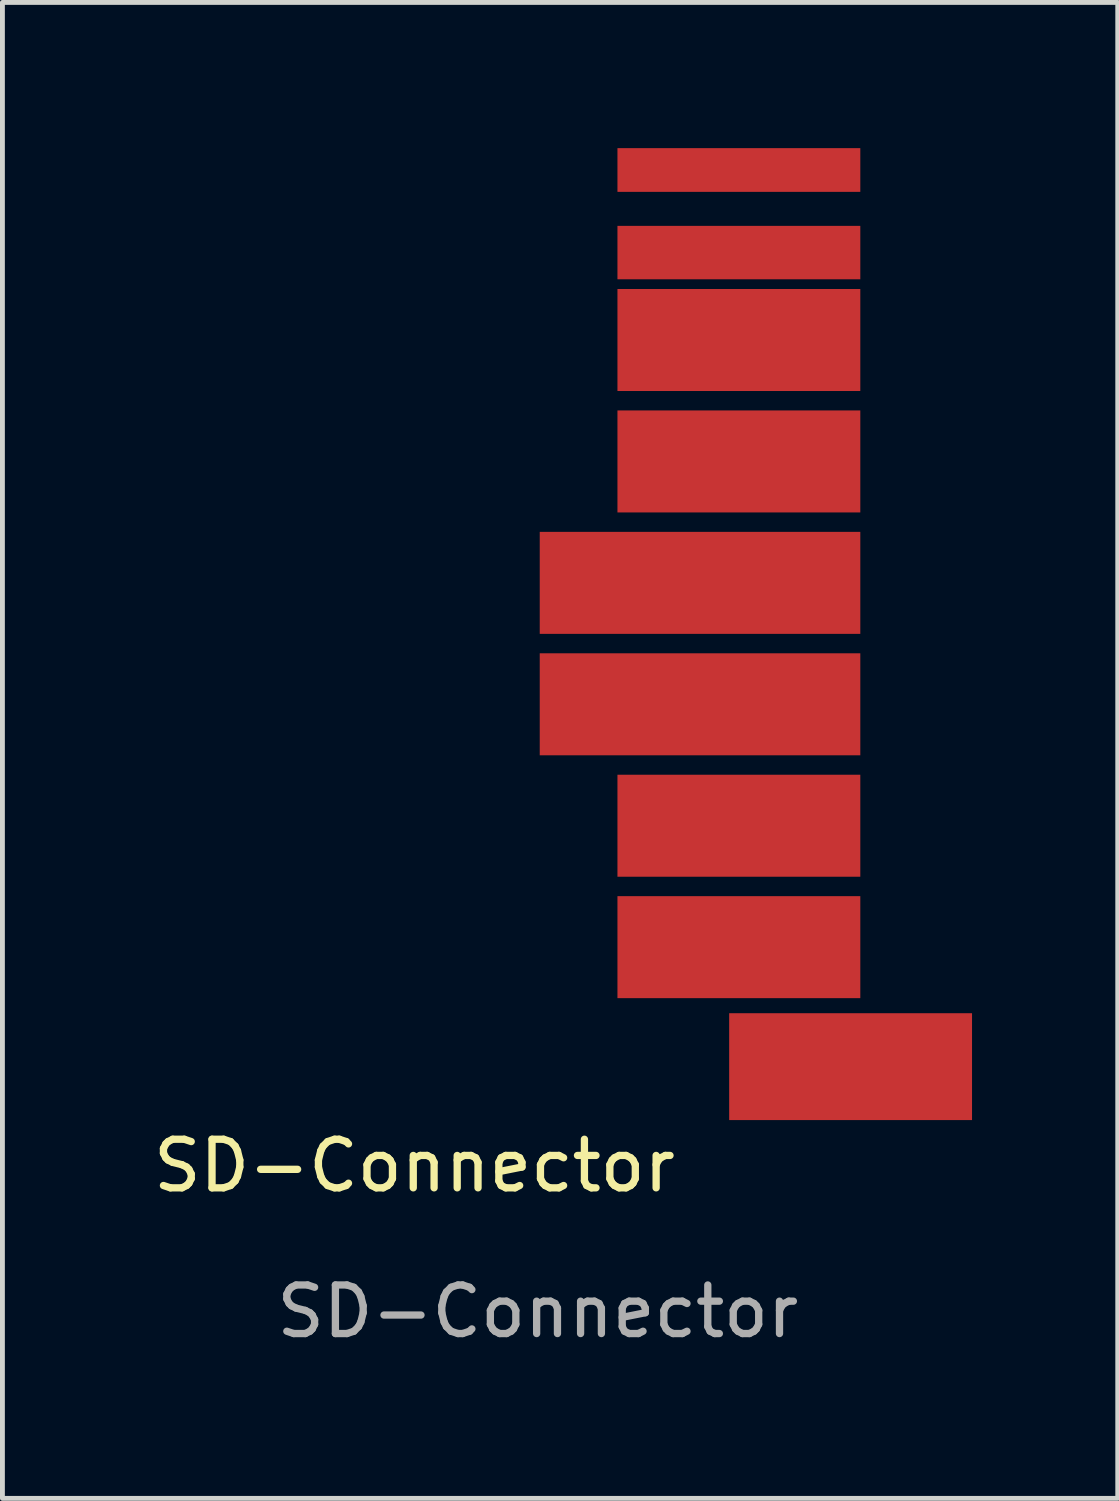
<source format=kicad_pcb>
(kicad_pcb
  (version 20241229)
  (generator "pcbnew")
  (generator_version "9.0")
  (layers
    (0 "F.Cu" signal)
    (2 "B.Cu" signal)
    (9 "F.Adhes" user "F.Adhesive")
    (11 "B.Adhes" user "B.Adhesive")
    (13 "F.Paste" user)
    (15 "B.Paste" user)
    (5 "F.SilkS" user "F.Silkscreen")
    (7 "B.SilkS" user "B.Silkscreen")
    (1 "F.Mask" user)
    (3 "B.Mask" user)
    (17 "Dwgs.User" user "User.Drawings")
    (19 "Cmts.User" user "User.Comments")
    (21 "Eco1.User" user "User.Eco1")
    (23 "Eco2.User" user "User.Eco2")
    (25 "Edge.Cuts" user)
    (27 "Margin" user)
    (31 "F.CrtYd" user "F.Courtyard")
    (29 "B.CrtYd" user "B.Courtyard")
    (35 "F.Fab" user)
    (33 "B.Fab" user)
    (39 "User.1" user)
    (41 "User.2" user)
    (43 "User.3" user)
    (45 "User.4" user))
  (footprint "SD-Connector"
    (layer "F.Cu")
    (at 8.022 21.45)
    (property "Reference" "SD-Connector" (at -2.54 -0.5 0) (unlocked yes) (layer "F.SilkS") (effects (font (size 1 1) (thickness 0.15))))
    (attr smd)
    (fp_text user "${REFERENCE}" (at 0 2.5 0) (unlocked yes) (layer "F.Fab") (effects (font (size 1 1) (thickness 0.15))))
    (pad "1" connect rect (at 4.14 -5) (size 5 2.1) (layers "F.Cu" "F.Mask"))
    (pad "2" connect rect (at 4.14 -7.5) (size 5 2.1) (layers "F.Cu" "F.Mask"))
    (pad "3" connect rect (at 3.34 -10) (size 6.6 2.1) (layers "F.Cu" "F.Mask"))
    (pad "4" connect rect (at 3.34 -12.5) (size 6.6 2.1) (layers "F.Cu" "F.Mask"))
    (pad "5" connect rect (at 4.14 -15) (size 5 2.1) (layers "F.Cu" "F.Mask"))
    (pad "6" connect rect (at 4.14 -17.5) (size 5 2.1) (layers "F.Cu" "F.Mask"))
    (pad "7" connect rect (at 4.14 -19.3) (size 5 1.1) (layers "F.Cu" "F.Mask"))
    (pad "8" connect rect (at 4.14 -21) (size 5 0.9) (layers "F.Cu" "F.Mask"))
    (pad "9" connect rect (at 6.44 -2.54) (size 5 2.2) (layers "F.Cu" "F.Mask")))
  (gr_rect
    (start -3 -3)
    (end 19.962 27.798)
    (stroke (width 0.1) (type default))
    (fill no)
    (layer "Edge.Cuts")))
</source>
